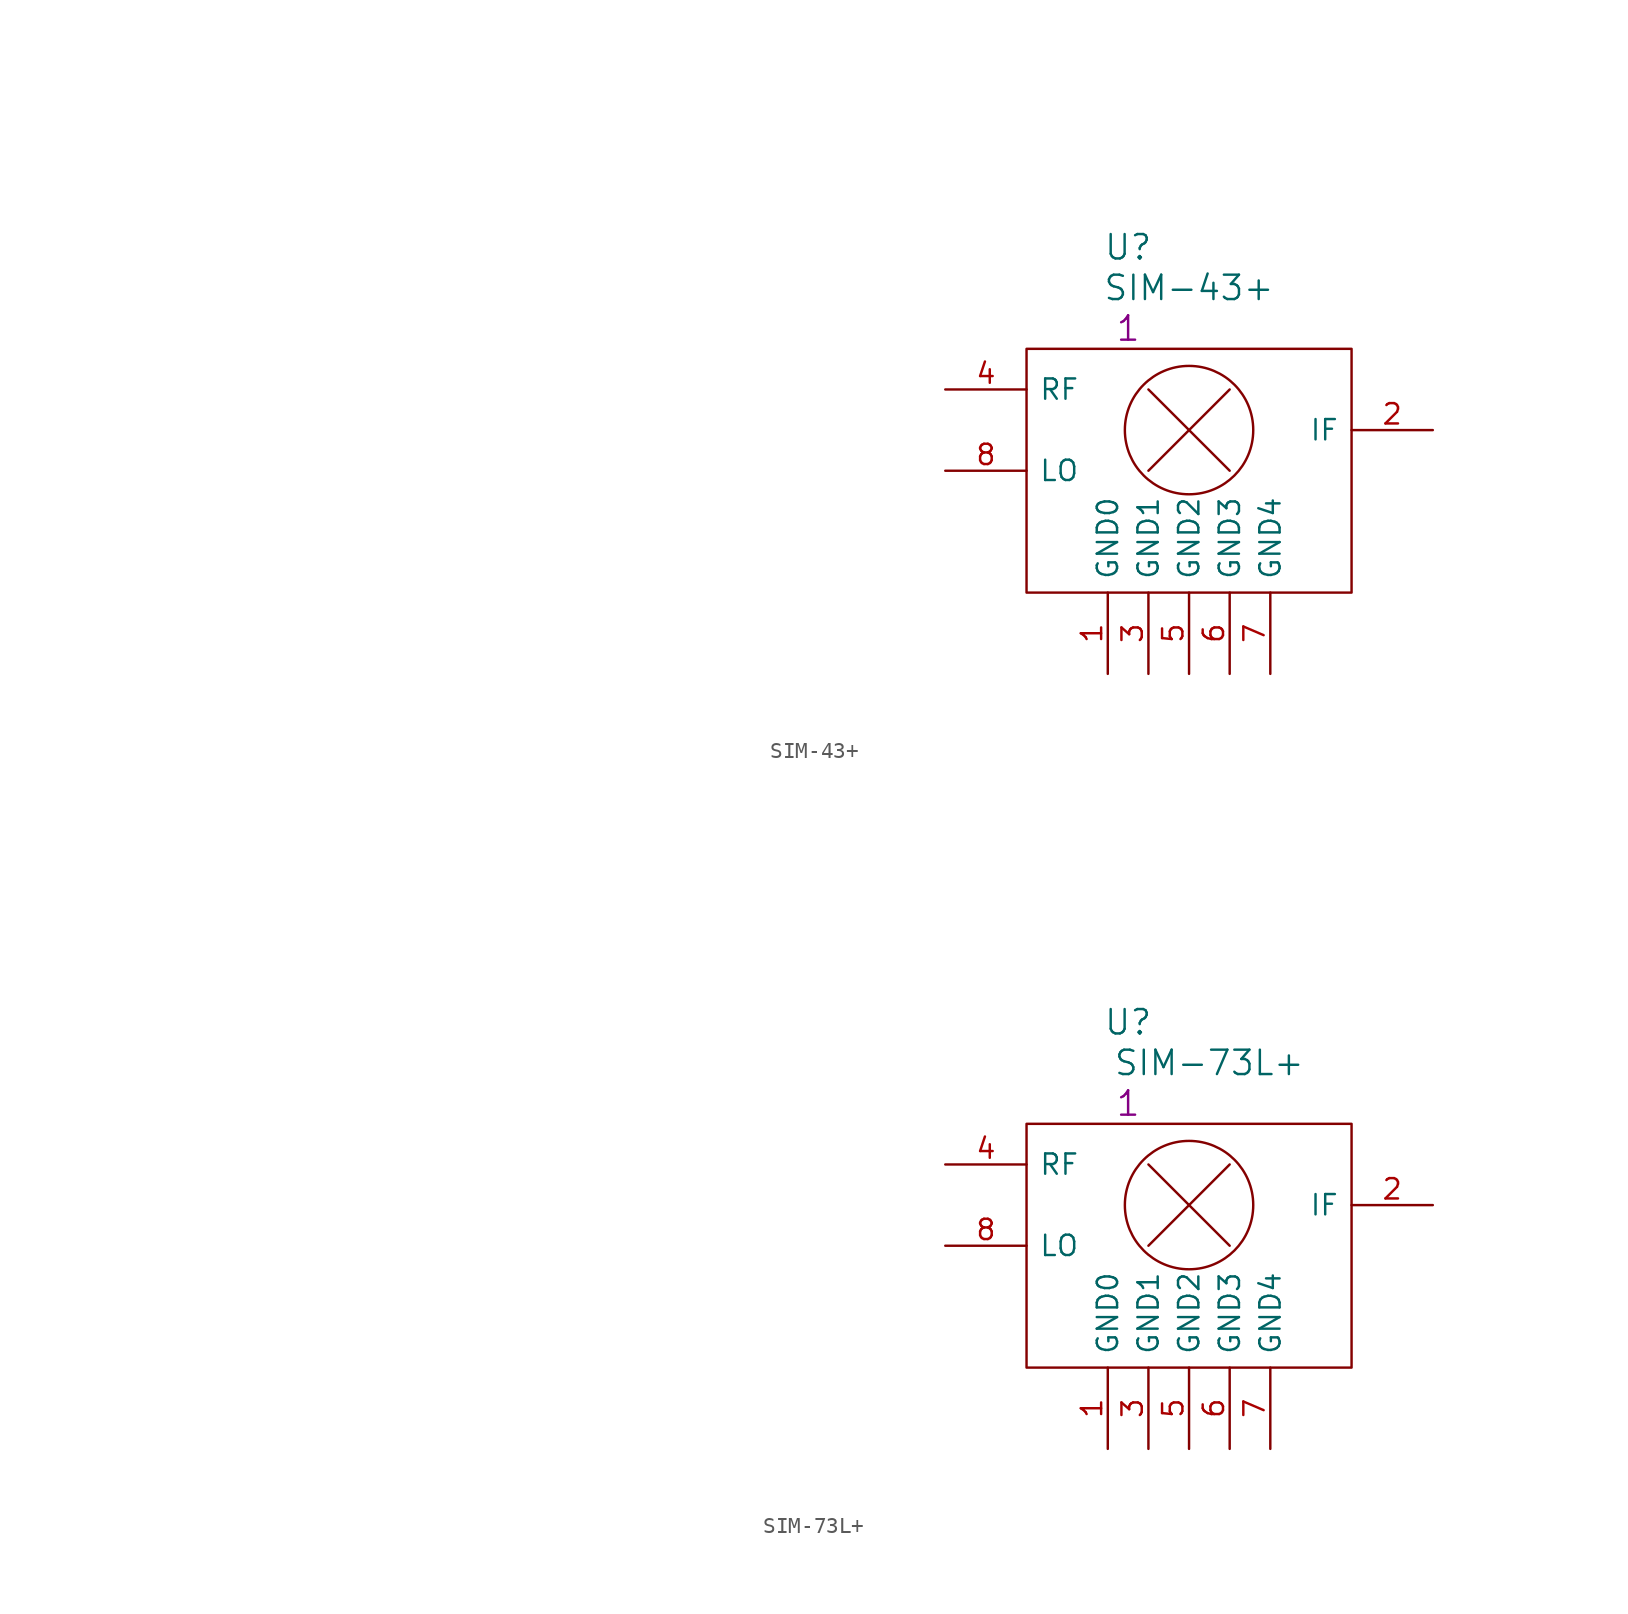
<source format=kicad_sym>
(kicad_symbol_lib
  (version 20211014)
  (generator kicad_symbol_editor)
  (symbol "SIM-43+"
    (pin_names
      (offset 0.762))
    (property "Reference" "U"
      (at 11.43 8.89 0)
      (effects (font (size 1.524 1.524))))
    (property "Value" "SIM-43+"
      (at 15.24 6.35 0)
      (effects (font (size 1.524 1.524))))
    (property "Datasheet" ""
      (at -46.99 16.51 0)
      (effects (font (size 1.524 1.524))))
    (property "Qty" "1"
      (at 11.43 3.81 0)
      (effects (font (size 1.524 1.524))))
    (property "Height" ""
      (at 0 0 0)
      (effects (font (size 1.27 1.27))))
    (symbol "SIM-43+_0_1"
      (polyline (pts (xy 12.7 -5.08) (xy 17.78 0)) (stroke (width 0) (type default) (color 0 0 0 0)) (fill (type none)))
      (polyline (pts (xy 12.7 0) (xy 17.78 -5.08)) (stroke (width 0) (type default) (color 0 0 0 0)) (fill (type none)))
      (rectangle (start 5.08 2.54) (end 25.4 -12.7) (stroke (width 0) (type default) (color 0 0 0 0)) (fill (type none)))
      (circle (center 15.24 -2.54) (radius 4.013) (stroke (width 0) (type default) (color 0 0 0 0)) (fill (type none))))
    (symbol "SIM-43+_1_1"
      (pin power_in line (at 10.16 -17.78 90) (length 5.08) (name "GND0" (effects (font (size 1.27 1.27)))) (number "1" (effects (font (size 1.27 1.27)))))
      (pin output line (at 30.48 -2.54 180) (length 5.08) (name "IF" (effects (font (size 1.27 1.27)))) (number "2" (effects (font (size 1.27 1.27)))))
      (pin power_in line (at 12.7 -17.78 90) (length 5.08) (name "GND1" (effects (font (size 1.27 1.27)))) (number "3" (effects (font (size 1.27 1.27)))))
      (pin input line (at 0 0 0) (length 5.08) (name "RF" (effects (font (size 1.27 1.27)))) (number "4" (effects (font (size 1.27 1.27)))))
      (pin power_in line (at 15.24 -17.78 90) (length 5.08) (name "GND2" (effects (font (size 1.27 1.27)))) (number "5" (effects (font (size 1.27 1.27)))))
      (pin power_in line (at 17.78 -17.78 90) (length 5.08) (name "GND3" (effects (font (size 1.27 1.27)))) (number "6" (effects (font (size 1.27 1.27)))))
      (pin power_in line (at 20.32 -17.78 90) (length 5.08) (name "GND4" (effects (font (size 1.27 1.27)))) (number "7" (effects (font (size 1.27 1.27)))))
      (pin input line (at 0 -5.08 0) (length 5.08) (name "LO" (effects (font (size 1.27 1.27)))) (number "8" (effects (font (size 1.27 1.27)))))))
  (symbol "SIM-73L+"
    (pin_names
      (offset 0.762))
    (property "Reference" "U"
      (at 11.43 8.89 0)
      (effects (font (size 1.524 1.524))))
    (property "Value" "SIM-73L+"
      (at 16.51 6.35 0)
      (effects (font (size 1.524 1.524))))
    (property "Datasheet" ""
      (at -46.99 16.51 0)
      (effects (font (size 1.524 1.524))))
    (property "Qty" "1"
      (at 11.43 3.81 0)
      (effects (font (size 1.524 1.524))))
    (property "Height" ""
      (at 0 0 0)
      (effects (font (size 1.27 1.27))))
    (symbol "SIM-73L+_0_1"
      (polyline (pts (xy 12.7 -5.08) (xy 17.78 0)) (stroke (width 0) (type default) (color 0 0 0 0)) (fill (type none)))
      (polyline (pts (xy 12.7 0) (xy 17.78 -5.08)) (stroke (width 0) (type default) (color 0 0 0 0)) (fill (type none)))
      (rectangle (start 5.08 2.54) (end 25.4 -12.7) (stroke (width 0) (type default) (color 0 0 0 0)) (fill (type none)))
      (circle (center 15.24 -2.54) (radius 4.013) (stroke (width 0) (type default) (color 0 0 0 0)) (fill (type none))))
    (symbol "SIM-73L+_1_1"
      (pin power_in line (at 10.16 -17.78 90) (length 5.08) (name "GND0" (effects (font (size 1.27 1.27)))) (number "1" (effects (font (size 1.27 1.27)))))
      (pin output line (at 30.48 -2.54 180) (length 5.08) (name "IF" (effects (font (size 1.27 1.27)))) (number "2" (effects (font (size 1.27 1.27)))))
      (pin power_in line (at 12.7 -17.78 90) (length 5.08) (name "GND1" (effects (font (size 1.27 1.27)))) (number "3" (effects (font (size 1.27 1.27)))))
      (pin input line (at 0 0 0) (length 5.08) (name "RF" (effects (font (size 1.27 1.27)))) (number "4" (effects (font (size 1.27 1.27)))))
      (pin power_in line (at 15.24 -17.78 90) (length 5.08) (name "GND2" (effects (font (size 1.27 1.27)))) (number "5" (effects (font (size 1.27 1.27)))))
      (pin power_in line (at 17.78 -17.78 90) (length 5.08) (name "GND3" (effects (font (size 1.27 1.27)))) (number "6" (effects (font (size 1.27 1.27)))))
      (pin power_in line (at 20.32 -17.78 90) (length 5.08) (name "GND4" (effects (font (size 1.27 1.27)))) (number "7" (effects (font (size 1.27 1.27)))))
      (pin input line (at 0 -5.08 0) (length 5.08) (name "LO" (effects (font (size 1.27 1.27)))) (number "8" (effects (font (size 1.27 1.27))))))))
</source>
